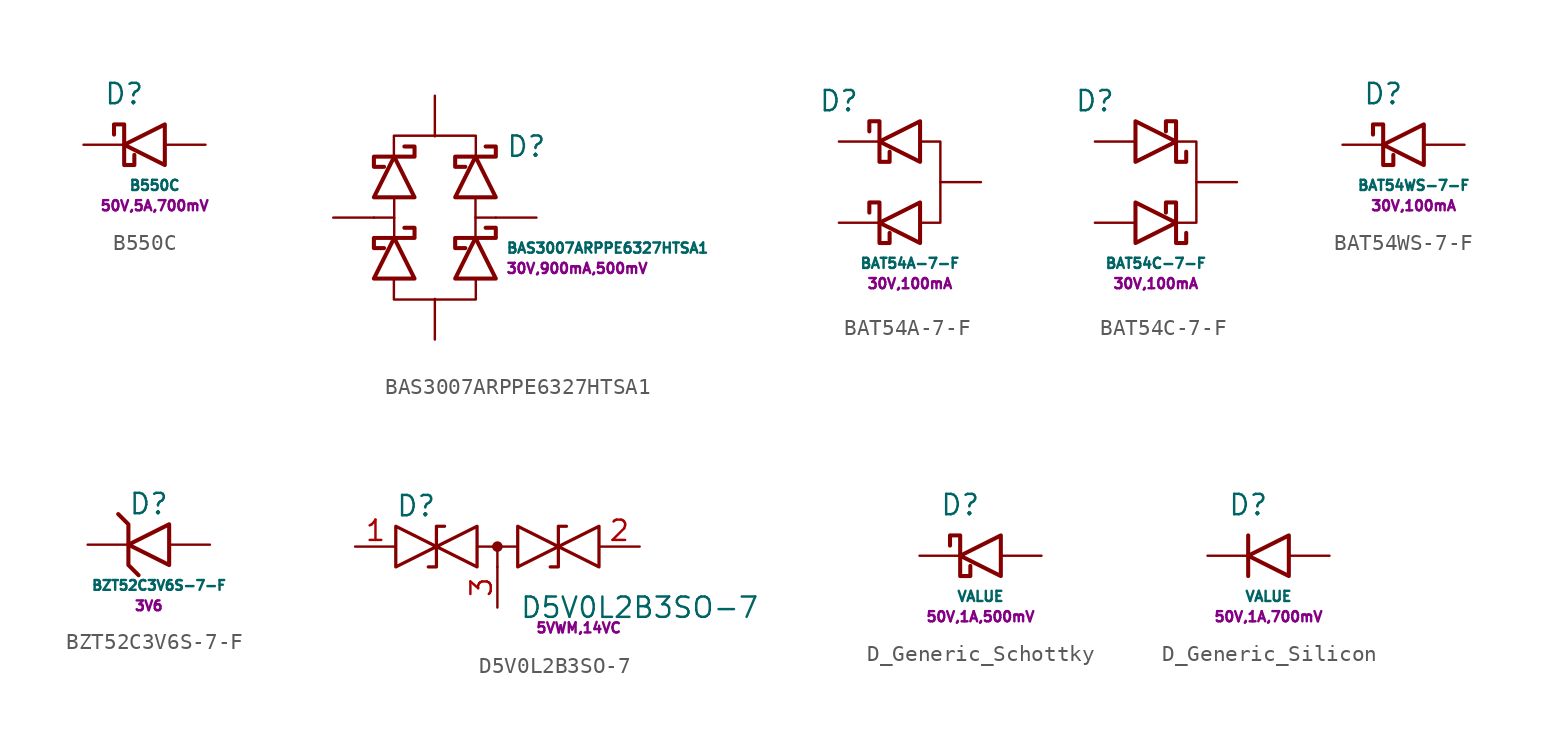
<source format=kicad_sym>
(kicad_symbol_lib
  (version 20220914)
  (generator kicad_symbol_editor)
  (symbol "B550C"
    (pin_numbers hide)
    (pin_names
      (offset 1.016) hide)
    (property "Reference" "D"
      (at -1.27 3.175 0)
      (effects (font (size 1.27 1.27))))
    (property "Value" "B550C"
      (at 0.635 -2.54 0)
      (effects (font (size 0.635 0.635))))
    (property "Params" "50V,5A,700mV"
      (at 0.635 -3.81 0)
      (effects (font (size 0.635 0.635))))
    (symbol "B550C_1_1"
      (polyline (pts (xy 1.27 1.27) (xy 1.27 -1.27) (xy -1.27 0) (xy 1.27 1.27)) (stroke (width 0.254) (type default)) (fill (type none)))
      (polyline (pts (xy -1.905 0.635) (xy -1.905 1.27) (xy -1.27 1.27) (xy -1.27 -1.27) (xy -0.635 -1.27) (xy -0.635 -0.635)) (stroke (width 0.254) (type default)) (fill (type none)))
      (pin passive line (at -3.81 0 0) (length 2.54) (name "~" (effects (font (size 1.27 1.27)))) (number "1" (effects (font (size 1.27 1.27)))))
      (pin passive line (at 3.81 0 180) (length 2.54) (name "~" (effects (font (size 1.27 1.27)))) (number "2" (effects (font (size 1.27 1.27)))))))
  (symbol "BAS3007ARPPE6327HTSA1"
    (pin_numbers hide)
    (pin_names
      (offset 1.016) hide)
    (property "Reference" "D"
      (at 5.715 4.445 0)
      (effects (font (size 1.27 1.27))))
    (property "Value" "BAS3007ARPPE6327HTSA1"
      (at 10.795 -1.905 0)
      (effects (font (size 0.635 0.635))))
    (property "Params" "30V,900mA,500mV"
      (at 8.89 -3.175 0)
      (effects (font (size 0.635 0.635))))
    (symbol "BAS3007ARPPE6327HTSA1_0_1"
      (polyline (pts (xy -3.81 0) (xy -2.54 0)) (stroke (width 0.152) (type default)) (fill (type none)))
      (polyline (pts (xy -2.54 1.27) (xy -2.54 -1.27)) (stroke (width 0.152) (type default)) (fill (type none)))
      (polyline (pts (xy 2.54 0) (xy 3.81 0)) (stroke (width 0.152) (type default)) (fill (type none)))
      (polyline (pts (xy 2.54 1.27) (xy 2.54 -1.27)) (stroke (width 0.152) (type default)) (fill (type none)))
      (polyline (pts (xy -2.56 3.84) (xy -2.56 5.12) (xy 2.56 5.12) (xy 2.56 3.84)) (stroke (width 0.152) (type default)) (fill (type none)))
      (polyline (pts (xy 2.56 -3.84) (xy 2.56 -5.12) (xy -2.56 -5.12) (xy -2.56 -3.84)) (stroke (width 0.152) (type default)) (fill (type none))))
    (symbol "BAS3007ARPPE6327HTSA1_1_1"
      (polyline (pts (xy -1.27 -3.81) (xy -3.81 -3.81) (xy -2.54 -1.27) (xy -1.27 -3.81)) (stroke (width 0.254) (type default)) (fill (type none)))
      (polyline (pts (xy -1.27 1.27) (xy -3.81 1.27) (xy -2.54 3.81) (xy -1.27 1.27)) (stroke (width 0.254) (type default)) (fill (type none)))
      (polyline (pts (xy 3.81 -3.81) (xy 1.27 -3.81) (xy 2.54 -1.27) (xy 3.81 -3.81)) (stroke (width 0.254) (type default)) (fill (type none)))
      (polyline (pts (xy 3.81 1.27) (xy 1.27 1.27) (xy 2.54 3.81) (xy 3.81 1.27)) (stroke (width 0.254) (type default)) (fill (type none)))
      (polyline (pts (xy -1.905 -0.635) (xy -1.27 -0.635) (xy -1.27 -1.27) (xy -3.81 -1.27) (xy -3.81 -1.905) (xy -3.175 -1.905)) (stroke (width 0.254) (type default)) (fill (type none)))
      (polyline (pts (xy -1.905 4.445) (xy -1.27 4.445) (xy -1.27 3.81) (xy -3.81 3.81) (xy -3.81 3.175) (xy -3.175 3.175)) (stroke (width 0.254) (type default)) (fill (type none)))
      (polyline (pts (xy 3.175 -0.635) (xy 3.81 -0.635) (xy 3.81 -1.27) (xy 1.27 -1.27) (xy 1.27 -1.905) (xy 1.905 -1.905)) (stroke (width 0.254) (type default)) (fill (type none)))
      (polyline (pts (xy 3.175 4.445) (xy 3.81 4.445) (xy 3.81 3.81) (xy 1.27 3.81) (xy 1.27 3.175) (xy 1.905 3.175)) (stroke (width 0.254) (type default)) (fill (type none)))
      (pin passive line (at 0 -7.62 90) (length 2.54) (name "-" (effects (font (size 1.27 1.27)))) (number "1" (effects (font (size 1.27 1.27)))))
      (pin passive line (at -6.35 0 0) (length 2.54) (name "~" (effects (font (size 1.27 1.27)))) (number "2" (effects (font (size 1.27 1.27)))))
      (pin passive line (at 6.35 0 180) (length 2.54) (name "~" (effects (font (size 1.27 1.27)))) (number "3" (effects (font (size 1.27 1.27)))))
      (pin passive line (at 0 7.62 270) (length 2.54) (name "+" (effects (font (size 1.27 1.27)))) (number "4" (effects (font (size 1.27 1.27)))))))
  (symbol "BAT54A-7-F"
    (pin_numbers hide)
    (pin_names
      (offset 1.016) hide)
    (property "Reference" "D"
      (at -3.81 5.08 0)
      (effects (font (size 1.27 1.27))))
    (property "Value" "BAT54A-7-F"
      (at 0.635 -5.08 0)
      (effects (font (size 0.635 0.635))))
    (property "Params" "30V,100mA"
      (at 0.635 -6.35 0)
      (effects (font (size 0.635 0.635))))
    (symbol "BAT54A-7-F_0_1"
      (polyline (pts (xy 1.27 2.54) (xy 2.54 2.54) (xy 2.54 -2.54) (xy 1.27 -2.54)) (stroke (width 0) (type default)) (fill (type none))))
    (symbol "BAT54A-7-F_1_1"
      (polyline (pts (xy 1.27 -1.27) (xy 1.27 -3.81) (xy -1.27 -2.54) (xy 1.27 -1.27)) (stroke (width 0.254) (type default)) (fill (type none)))
      (polyline (pts (xy 1.27 3.81) (xy 1.27 1.27) (xy -1.27 2.54) (xy 1.27 3.81)) (stroke (width 0.254) (type default)) (fill (type none)))
      (polyline (pts (xy -1.905 -1.905) (xy -1.905 -1.27) (xy -1.27 -1.27) (xy -1.27 -3.81) (xy -0.635 -3.81) (xy -0.635 -3.175)) (stroke (width 0.254) (type default)) (fill (type none)))
      (polyline (pts (xy -1.905 3.175) (xy -1.905 3.81) (xy -1.27 3.81) (xy -1.27 1.27) (xy -0.635 1.27) (xy -0.635 1.905)) (stroke (width 0.254) (type default)) (fill (type none)))
      (pin passive line (at -3.81 2.54 0) (length 2.54) (name "~" (effects (font (size 1.27 1.27)))) (number "1" (effects (font (size 1.27 1.27)))))
      (pin passive line (at -3.81 -2.54 0) (length 2.54) (name "~" (effects (font (size 1.27 1.27)))) (number "2" (effects (font (size 1.27 1.27)))))
      (pin passive line (at 5.08 0 180) (length 2.54) (name "~" (effects (font (size 1.27 1.27)))) (number "3" (effects (font (size 1.27 1.27)))))))
  (symbol "BAT54C-7-F"
    (pin_numbers hide)
    (pin_names
      (offset 1.016) hide)
    (property "Reference" "D"
      (at -3.81 5.08 0)
      (effects (font (size 1.27 1.27))))
    (property "Value" "BAT54C-7-F"
      (at 0 -5.08 0)
      (effects (font (size 0.635 0.635))))
    (property "Params" "30V,100mA"
      (at 0 -6.35 0)
      (effects (font (size 0.635 0.635))))
    (symbol "BAT54C-7-F_0_1"
      (polyline (pts (xy 1.27 -2.54) (xy 2.54 -2.54) (xy 2.54 2.54) (xy 1.27 2.54)) (stroke (width 0) (type default)) (fill (type none))))
    (symbol "BAT54C-7-F_1_1"
      (polyline (pts (xy -1.27 -3.81) (xy -1.27 -1.27) (xy 1.27 -2.54) (xy -1.27 -3.81)) (stroke (width 0.254) (type default)) (fill (type none)))
      (polyline (pts (xy -1.27 1.27) (xy -1.27 3.81) (xy 1.27 2.54) (xy -1.27 1.27)) (stroke (width 0.254) (type default)) (fill (type none)))
      (polyline (pts (xy 1.905 -3.175) (xy 1.905 -3.81) (xy 1.27 -3.81) (xy 1.27 -1.27) (xy 0.635 -1.27) (xy 0.635 -1.905)) (stroke (width 0.254) (type default)) (fill (type none)))
      (polyline (pts (xy 1.905 1.905) (xy 1.905 1.27) (xy 1.27 1.27) (xy 1.27 3.81) (xy 0.635 3.81) (xy 0.635 3.175)) (stroke (width 0.254) (type default)) (fill (type none)))
      (pin passive line (at -3.81 2.54 0) (length 2.54) (name "~" (effects (font (size 1.27 1.27)))) (number "1" (effects (font (size 1.27 1.27)))))
      (pin passive line (at -3.81 -2.54 0) (length 2.54) (name "~" (effects (font (size 1.27 1.27)))) (number "2" (effects (font (size 1.27 1.27)))))
      (pin passive line (at 5.08 0 180) (length 2.54) (name "~" (effects (font (size 1.27 1.27)))) (number "3" (effects (font (size 1.27 1.27)))))))
  (symbol "BAT54WS-7-F"
    (pin_numbers hide)
    (pin_names
      (offset 1.016) hide)
    (property "Reference" "D"
      (at -1.27 3.175 0)
      (effects (font (size 1.27 1.27))))
    (property "Value" "BAT54WS-7-F"
      (at 0.635 -2.54 0)
      (effects (font (size 0.635 0.635))))
    (property "Params" "30V,100mA"
      (at 0.635 -3.81 0)
      (effects (font (size 0.635 0.635))))
    (symbol "BAT54WS-7-F_1_1"
      (polyline (pts (xy 1.27 1.27) (xy 1.27 -1.27) (xy -1.27 0) (xy 1.27 1.27)) (stroke (width 0.254) (type default)) (fill (type none)))
      (polyline (pts (xy -1.905 0.635) (xy -1.905 1.27) (xy -1.27 1.27) (xy -1.27 -1.27) (xy -0.635 -1.27) (xy -0.635 -0.635)) (stroke (width 0.254) (type default)) (fill (type none)))
      (pin passive line (at -3.81 0 0) (length 2.54) (name "~" (effects (font (size 1.27 1.27)))) (number "1" (effects (font (size 1.27 1.27)))))
      (pin passive line (at 3.81 0 180) (length 2.54) (name "~" (effects (font (size 1.27 1.27)))) (number "2" (effects (font (size 1.27 1.27)))))))
  (symbol "BZT52C3V6S-7-F"
    (pin_numbers hide)
    (pin_names
      (offset 1.016) hide)
    (property "Reference" "D"
      (at 0 2.54 0)
      (effects (font (size 1.27 1.27))))
    (property "Value" "BZT52C3V6S-7-F"
      (at 0.635 -2.54 0)
      (effects (font (size 0.61 0.61))))
    (property "Params" "3V6"
      (at 0 -3.81 0)
      (effects (font (size 0.61 0.61))))
    (symbol "BZT52C3V6S-7-F_0_1"
      (polyline (pts (xy -1.905 1.905) (xy -1.27 1.27) (xy -1.27 -1.27) (xy -0.635 -1.905)) (stroke (width 0.254) (type default)) (fill (type none)))
      (polyline (pts (xy 1.27 -1.27) (xy 1.27 1.27) (xy -1.27 0) (xy 1.27 -1.27)) (stroke (width 0.254) (type default)) (fill (type none))))
    (symbol "BZT52C3V6S-7-F_1_1"
      (pin passive line (at -3.81 0 0) (length 2.54) (name "K" (effects (font (size 1.27 1.27)))) (number "1" (effects (font (size 1.27 1.27)))))
      (pin passive line (at 3.81 0 180) (length 2.54) (name "A" (effects (font (size 1.27 1.27)))) (number "2" (effects (font (size 1.27 1.27)))))))
  (symbol "D5V0L2B3SO-7"
    (pin_names hide)
    (property "Reference" "D"
      (at -5.08 2.54 0)
      (effects (font (size 1.27 1.27))))
    (property "Value" "D5V0L2B3SO-7"
      (at 8.89 -3.81 0)
      (effects (font (size 1.27 1.27))))
    (property "Params" "5VWM,14VC"
      (at 5.08 -5.08 0)
      (effects (font (size 0.63 0.63))))
    (symbol "D5V0L2B3SO-7_0_0"
      (polyline (pts (xy 0 -1.27) (xy 0 0)) (stroke (width 0) (type default)) (fill (type none))))
    (symbol "D5V0L2B3SO-7_0_1"
      (polyline (pts (xy 1.27 0) (xy -1.27 0)) (stroke (width 0) (type default)) (fill (type none)))
      (polyline (pts (xy -3.302 1.27) (xy -3.81 1.27) (xy -3.81 -1.27) (xy -4.318 -1.27)) (stroke (width 0.203) (type default)) (fill (type none)))
      (polyline (pts (xy 4.318 1.27) (xy 3.81 1.27) (xy 3.81 -1.27) (xy 3.302 -1.27)) (stroke (width 0.203) (type default)) (fill (type none)))
      (polyline (pts (xy -6.35 -1.27) (xy -1.27 1.27) (xy -1.27 -1.27) (xy -6.35 1.27) (xy -6.35 -1.27)) (stroke (width 0.203) (type default)) (fill (type none)))
      (polyline (pts (xy 1.27 -1.27) (xy 1.27 1.27) (xy 6.35 -1.27) (xy 6.35 1.27) (xy 1.27 -1.27)) (stroke (width 0.203) (type default)) (fill (type none)))
      (circle (center 0 0) (radius 0.254) (stroke (width 0) (type default)) (fill (type outline))))
    (symbol "D5V0L2B3SO-7_1_1"
      (pin passive line (at -8.89 0 0) (length 2.54) (name "A1" (effects (font (size 1.27 1.27)))) (number "1" (effects (font (size 1.27 1.27)))))
      (pin passive line (at 8.89 0 180) (length 2.54) (name "A2" (effects (font (size 1.27 1.27)))) (number "2" (effects (font (size 1.27 1.27)))))
      (pin passive line (at 0 -3.81 90) (length 2.54) (name "common" (effects (font (size 1.27 1.27)))) (number "3" (effects (font (size 1.27 1.27)))))))
  (symbol "D_Generic_Schottky"
    (pin_numbers hide)
    (pin_names
      (offset 1.016) hide)
    (property "Reference" "D"
      (at -1.27 3.175 0)
      (effects (font (size 1.27 1.27))))
    (property "Value" "VALUE"
      (at 0 -2.54 0)
      (effects (font (size 0.635 0.635))))
    (property "Params" "50V,1A,500mV"
      (at 0 -3.81 0)
      (effects (font (size 0.635 0.635))))
    (symbol "D_Generic_Schottky_1_1"
      (polyline (pts (xy 1.27 1.27) (xy 1.27 -1.27) (xy -1.27 0) (xy 1.27 1.27)) (stroke (width 0.254) (type default)) (fill (type none)))
      (polyline (pts (xy -1.905 0.635) (xy -1.905 1.27) (xy -1.27 1.27) (xy -1.27 -1.27) (xy -0.635 -1.27) (xy -0.635 -0.635)) (stroke (width 0.254) (type default)) (fill (type none)))
      (pin passive line (at -3.81 0 0) (length 2.54) (name "~" (effects (font (size 1.27 1.27)))) (number "1" (effects (font (size 1.27 1.27)))))
      (pin passive line (at 3.81 0 180) (length 2.54) (name "~" (effects (font (size 1.27 1.27)))) (number "2" (effects (font (size 1.27 1.27)))))))
  (symbol "D_Generic_Silicon"
    (pin_numbers hide)
    (pin_names
      (offset 1.016) hide)
    (property "Reference" "D"
      (at -1.27 3.175 0)
      (effects (font (size 1.27 1.27))))
    (property "Value" "VALUE"
      (at 0 -2.54 0)
      (effects (font (size 0.635 0.635))))
    (property "Params" "50V,1A,700mV"
      (at 0 -3.81 0)
      (effects (font (size 0.635 0.635))))
    (symbol "D_Generic_Silicon_1_1"
      (polyline (pts (xy -1.27 1.27) (xy -1.27 -1.27)) (stroke (width 0.254) (type default)) (fill (type none)))
      (polyline (pts (xy 1.27 1.27) (xy 1.27 -1.27) (xy -1.27 0) (xy 1.27 1.27)) (stroke (width 0.254) (type default)) (fill (type none)))
      (pin passive line (at -3.81 0 0) (length 2.54) (name "~" (effects (font (size 1.27 1.27)))) (number "1" (effects (font (size 1.27 1.27)))))
      (pin passive line (at 3.81 0 180) (length 2.54) (name "~" (effects (font (size 1.27 1.27)))) (number "2" (effects (font (size 1.27 1.27))))))))
</source>
